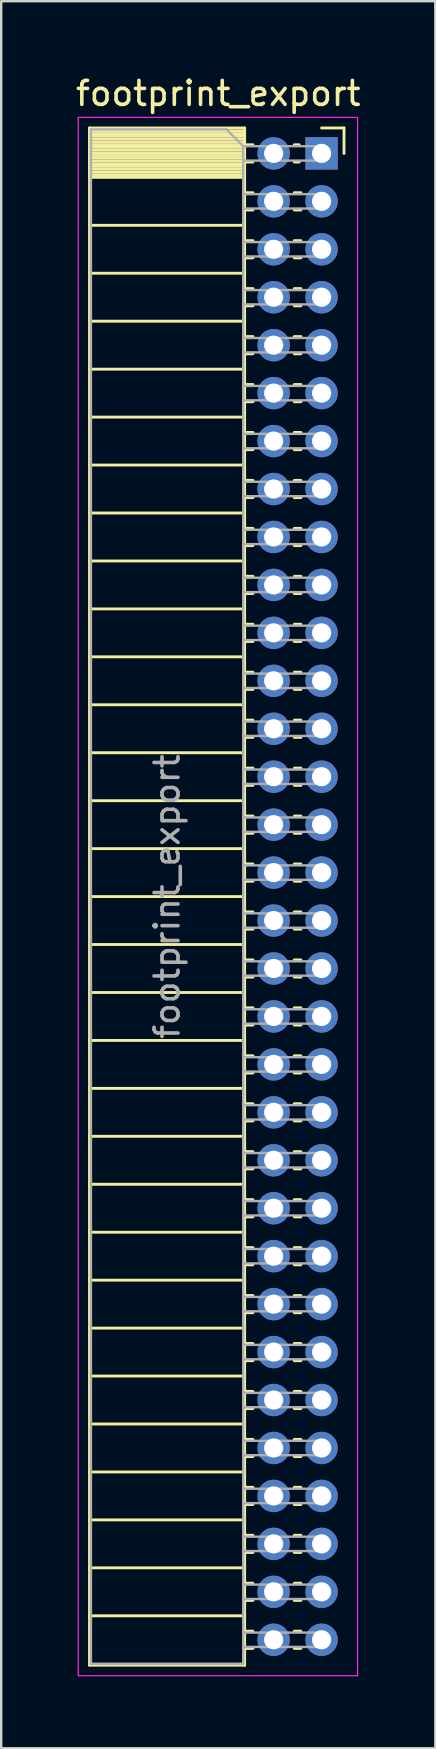
<source format=kicad_pcb>
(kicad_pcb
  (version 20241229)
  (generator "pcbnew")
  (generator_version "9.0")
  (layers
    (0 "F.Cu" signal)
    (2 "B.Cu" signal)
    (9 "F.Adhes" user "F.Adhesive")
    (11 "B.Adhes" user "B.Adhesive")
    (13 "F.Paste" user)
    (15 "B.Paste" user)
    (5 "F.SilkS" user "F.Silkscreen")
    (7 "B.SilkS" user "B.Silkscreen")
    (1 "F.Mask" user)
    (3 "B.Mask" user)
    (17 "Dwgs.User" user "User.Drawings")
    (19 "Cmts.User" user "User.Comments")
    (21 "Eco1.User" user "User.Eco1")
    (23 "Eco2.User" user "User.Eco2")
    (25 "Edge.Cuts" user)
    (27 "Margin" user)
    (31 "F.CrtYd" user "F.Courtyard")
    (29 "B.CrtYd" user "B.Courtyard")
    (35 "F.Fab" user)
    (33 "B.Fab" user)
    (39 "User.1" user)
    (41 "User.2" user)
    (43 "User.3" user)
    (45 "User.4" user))
  (footprint "footprint_export"
    (layer "F.Cu")
    (at 10.364 3.348)
    (property "Reference" "footprint_export" (at -4.31 -2.5 0) (layer "F.SilkS") (effects (font (size 1 1) (thickness 0.15))))
    (attr through_hole)
    (fp_line (start -9.68 -1.06) (end -9.68 63.06) (stroke (width 0.12) (type solid)) (layer "F.SilkS"))
    (fp_line (start -9.68 -1.06) (end -3.21 -1.06) (stroke (width 0.12) (type solid)) (layer "F.SilkS"))
    (fp_line (start -9.68 -0.94) (end -3.21 -0.94) (stroke (width 0.12) (type solid)) (layer "F.SilkS"))
    (fp_line (start -9.68 -0.826) (end -3.21 -0.826) (stroke (width 0.12) (type solid)) (layer "F.SilkS"))
    (fp_line (start -9.68 -0.712) (end -3.21 -0.712) (stroke (width 0.12) (type solid)) (layer "F.SilkS"))
    (fp_line (start -9.68 -0.598) (end -3.21 -0.598) (stroke (width 0.12) (type solid)) (layer "F.SilkS"))
    (fp_line (start -9.68 -0.484) (end -3.21 -0.484) (stroke (width 0.12) (type solid)) (layer "F.SilkS"))
    (fp_line (start -9.68 -0.369) (end -3.21 -0.369) (stroke (width 0.12) (type solid)) (layer "F.SilkS"))
    (fp_line (start -9.68 -0.255) (end -3.21 -0.255) (stroke (width 0.12) (type solid)) (layer "F.SilkS"))
    (fp_line (start -9.68 -0.141) (end -3.21 -0.141) (stroke (width 0.12) (type solid)) (layer "F.SilkS"))
    (fp_line (start -9.68 -0.027) (end -3.21 -0.027) (stroke (width 0.12) (type solid)) (layer "F.SilkS"))
    (fp_line (start -9.68 0.087) (end -3.21 0.087) (stroke (width 0.12) (type solid)) (layer "F.SilkS"))
    (fp_line (start -9.68 0.201) (end -3.21 0.201) (stroke (width 0.12) (type solid)) (layer "F.SilkS"))
    (fp_line (start -9.68 0.315) (end -3.21 0.315) (stroke (width 0.12) (type solid)) (layer "F.SilkS"))
    (fp_line (start -9.68 0.429) (end -3.21 0.429) (stroke (width 0.12) (type solid)) (layer "F.SilkS"))
    (fp_line (start -9.68 0.544) (end -3.21 0.544) (stroke (width 0.12) (type solid)) (layer "F.SilkS"))
    (fp_line (start -9.68 0.658) (end -3.21 0.658) (stroke (width 0.12) (type solid)) (layer "F.SilkS"))
    (fp_line (start -9.68 0.772) (end -3.21 0.772) (stroke (width 0.12) (type solid)) (layer "F.SilkS"))
    (fp_line (start -9.68 0.886) (end -3.21 0.886) (stroke (width 0.12) (type solid)) (layer "F.SilkS"))
    (fp_line (start -9.68 1) (end -3.21 1) (stroke (width 0.12) (type solid)) (layer "F.SilkS"))
    (fp_line (start -9.68 3) (end -3.21 3) (stroke (width 0.12) (type solid)) (layer "F.SilkS"))
    (fp_line (start -9.68 5) (end -3.21 5) (stroke (width 0.12) (type solid)) (layer "F.SilkS"))
    (fp_line (start -9.68 7) (end -3.21 7) (stroke (width 0.12) (type solid)) (layer "F.SilkS"))
    (fp_line (start -9.68 9) (end -3.21 9) (stroke (width 0.12) (type solid)) (layer "F.SilkS"))
    (fp_line (start -9.68 11) (end -3.21 11) (stroke (width 0.12) (type solid)) (layer "F.SilkS"))
    (fp_line (start -9.68 13) (end -3.21 13) (stroke (width 0.12) (type solid)) (layer "F.SilkS"))
    (fp_line (start -9.68 15) (end -3.21 15) (stroke (width 0.12) (type solid)) (layer "F.SilkS"))
    (fp_line (start -9.68 17) (end -3.21 17) (stroke (width 0.12) (type solid)) (layer "F.SilkS"))
    (fp_line (start -9.68 19) (end -3.21 19) (stroke (width 0.12) (type solid)) (layer "F.SilkS"))
    (fp_line (start -9.68 21) (end -3.21 21) (stroke (width 0.12) (type solid)) (layer "F.SilkS"))
    (fp_line (start -9.68 23) (end -3.21 23) (stroke (width 0.12) (type solid)) (layer "F.SilkS"))
    (fp_line (start -9.68 25) (end -3.21 25) (stroke (width 0.12) (type solid)) (layer "F.SilkS"))
    (fp_line (start -9.68 27) (end -3.21 27) (stroke (width 0.12) (type solid)) (layer "F.SilkS"))
    (fp_line (start -9.68 29) (end -3.21 29) (stroke (width 0.12) (type solid)) (layer "F.SilkS"))
    (fp_line (start -9.68 31) (end -3.21 31) (stroke (width 0.12) (type solid)) (layer "F.SilkS"))
    (fp_line (start -9.68 33) (end -3.21 33) (stroke (width 0.12) (type solid)) (layer "F.SilkS"))
    (fp_line (start -9.68 35) (end -3.21 35) (stroke (width 0.12) (type solid)) (layer "F.SilkS"))
    (fp_line (start -9.68 37) (end -3.21 37) (stroke (width 0.12) (type solid)) (layer "F.SilkS"))
    (fp_line (start -9.68 39) (end -3.21 39) (stroke (width 0.12) (type solid)) (layer "F.SilkS"))
    (fp_line (start -9.68 41) (end -3.21 41) (stroke (width 0.12) (type solid)) (layer "F.SilkS"))
    (fp_line (start -9.68 43) (end -3.21 43) (stroke (width 0.12) (type solid)) (layer "F.SilkS"))
    (fp_line (start -9.68 45) (end -3.21 45) (stroke (width 0.12) (type solid)) (layer "F.SilkS"))
    (fp_line (start -9.68 47) (end -3.21 47) (stroke (width 0.12) (type solid)) (layer "F.SilkS"))
    (fp_line (start -9.68 49) (end -3.21 49) (stroke (width 0.12) (type solid)) (layer "F.SilkS"))
    (fp_line (start -9.68 51) (end -3.21 51) (stroke (width 0.12) (type solid)) (layer "F.SilkS"))
    (fp_line (start -9.68 53) (end -3.21 53) (stroke (width 0.12) (type solid)) (layer "F.SilkS"))
    (fp_line (start -9.68 55) (end -3.21 55) (stroke (width 0.12) (type solid)) (layer "F.SilkS"))
    (fp_line (start -9.68 57) (end -3.21 57) (stroke (width 0.12) (type solid)) (layer "F.SilkS"))
    (fp_line (start -9.68 59) (end -3.21 59) (stroke (width 0.12) (type solid)) (layer "F.SilkS"))
    (fp_line (start -9.68 61) (end -3.21 61) (stroke (width 0.12) (type solid)) (layer "F.SilkS"))
    (fp_line (start -9.68 63.06) (end -3.21 63.06) (stroke (width 0.12) (type solid)) (layer "F.SilkS"))
    (fp_line (start -3.21 -1.06) (end -3.21 63.06) (stroke (width 0.12) (type solid)) (layer "F.SilkS"))
    (fp_line (start -3.21 -0.36) (end -2.863 -0.36) (stroke (width 0.12) (type solid)) (layer "F.SilkS"))
    (fp_line (start -3.21 0.36) (end -2.863 0.36) (stroke (width 0.12) (type solid)) (layer "F.SilkS"))
    (fp_line (start -3.21 1.64) (end -2.863 1.64) (stroke (width 0.12) (type solid)) (layer "F.SilkS"))
    (fp_line (start -3.21 2.36) (end -2.863 2.36) (stroke (width 0.12) (type solid)) (layer "F.SilkS"))
    (fp_line (start -3.21 3.64) (end -2.863 3.64) (stroke (width 0.12) (type solid)) (layer "F.SilkS"))
    (fp_line (start -3.21 4.36) (end -2.863 4.36) (stroke (width 0.12) (type solid)) (layer "F.SilkS"))
    (fp_line (start -3.21 5.64) (end -2.863 5.64) (stroke (width 0.12) (type solid)) (layer "F.SilkS"))
    (fp_line (start -3.21 6.36) (end -2.863 6.36) (stroke (width 0.12) (type solid)) (layer "F.SilkS"))
    (fp_line (start -3.21 7.64) (end -2.863 7.64) (stroke (width 0.12) (type solid)) (layer "F.SilkS"))
    (fp_line (start -3.21 8.36) (end -2.863 8.36) (stroke (width 0.12) (type solid)) (layer "F.SilkS"))
    (fp_line (start -3.21 9.64) (end -2.863 9.64) (stroke (width 0.12) (type solid)) (layer "F.SilkS"))
    (fp_line (start -3.21 10.36) (end -2.863 10.36) (stroke (width 0.12) (type solid)) (layer "F.SilkS"))
    (fp_line (start -3.21 11.64) (end -2.863 11.64) (stroke (width 0.12) (type solid)) (layer "F.SilkS"))
    (fp_line (start -3.21 12.36) (end -2.863 12.36) (stroke (width 0.12) (type solid)) (layer "F.SilkS"))
    (fp_line (start -3.21 13.64) (end -2.863 13.64) (stroke (width 0.12) (type solid)) (layer "F.SilkS"))
    (fp_line (start -3.21 14.36) (end -2.863 14.36) (stroke (width 0.12) (type solid)) (layer "F.SilkS"))
    (fp_line (start -3.21 15.64) (end -2.863 15.64) (stroke (width 0.12) (type solid)) (layer "F.SilkS"))
    (fp_line (start -3.21 16.36) (end -2.863 16.36) (stroke (width 0.12) (type solid)) (layer "F.SilkS"))
    (fp_line (start -3.21 17.64) (end -2.863 17.64) (stroke (width 0.12) (type solid)) (layer "F.SilkS"))
    (fp_line (start -3.21 18.36) (end -2.863 18.36) (stroke (width 0.12) (type solid)) (layer "F.SilkS"))
    (fp_line (start -3.21 19.64) (end -2.863 19.64) (stroke (width 0.12) (type solid)) (layer "F.SilkS"))
    (fp_line (start -3.21 20.36) (end -2.863 20.36) (stroke (width 0.12) (type solid)) (layer "F.SilkS"))
    (fp_line (start -3.21 21.64) (end -2.863 21.64) (stroke (width 0.12) (type solid)) (layer "F.SilkS"))
    (fp_line (start -3.21 22.36) (end -2.863 22.36) (stroke (width 0.12) (type solid)) (layer "F.SilkS"))
    (fp_line (start -3.21 23.64) (end -2.863 23.64) (stroke (width 0.12) (type solid)) (layer "F.SilkS"))
    (fp_line (start -3.21 24.36) (end -2.863 24.36) (stroke (width 0.12) (type solid)) (layer "F.SilkS"))
    (fp_line (start -3.21 25.64) (end -2.863 25.64) (stroke (width 0.12) (type solid)) (layer "F.SilkS"))
    (fp_line (start -3.21 26.36) (end -2.863 26.36) (stroke (width 0.12) (type solid)) (layer "F.SilkS"))
    (fp_line (start -3.21 27.64) (end -2.863 27.64) (stroke (width 0.12) (type solid)) (layer "F.SilkS"))
    (fp_line (start -3.21 28.36) (end -2.863 28.36) (stroke (width 0.12) (type solid)) (layer "F.SilkS"))
    (fp_line (start -3.21 29.64) (end -2.863 29.64) (stroke (width 0.12) (type solid)) (layer "F.SilkS"))
    (fp_line (start -3.21 30.36) (end -2.863 30.36) (stroke (width 0.12) (type solid)) (layer "F.SilkS"))
    (fp_line (start -3.21 31.64) (end -2.863 31.64) (stroke (width 0.12) (type solid)) (layer "F.SilkS"))
    (fp_line (start -3.21 32.36) (end -2.863 32.36) (stroke (width 0.12) (type solid)) (layer "F.SilkS"))
    (fp_line (start -3.21 33.64) (end -2.863 33.64) (stroke (width 0.12) (type solid)) (layer "F.SilkS"))
    (fp_line (start -3.21 34.36) (end -2.863 34.36) (stroke (width 0.12) (type solid)) (layer "F.SilkS"))
    (fp_line (start -3.21 35.64) (end -2.863 35.64) (stroke (width 0.12) (type solid)) (layer "F.SilkS"))
    (fp_line (start -3.21 36.36) (end -2.863 36.36) (stroke (width 0.12) (type solid)) (layer "F.SilkS"))
    (fp_line (start -3.21 37.64) (end -2.863 37.64) (stroke (width 0.12) (type solid)) (layer "F.SilkS"))
    (fp_line (start -3.21 38.36) (end -2.863 38.36) (stroke (width 0.12) (type solid)) (layer "F.SilkS"))
    (fp_line (start -3.21 39.64) (end -2.863 39.64) (stroke (width 0.12) (type solid)) (layer "F.SilkS"))
    (fp_line (start -3.21 40.36) (end -2.863 40.36) (stroke (width 0.12) (type solid)) (layer "F.SilkS"))
    (fp_line (start -3.21 41.64) (end -2.863 41.64) (stroke (width 0.12) (type solid)) (layer "F.SilkS"))
    (fp_line (start -3.21 42.36) (end -2.863 42.36) (stroke (width 0.12) (type solid)) (layer "F.SilkS"))
    (fp_line (start -3.21 43.64) (end -2.863 43.64) (stroke (width 0.12) (type solid)) (layer "F.SilkS"))
    (fp_line (start -3.21 44.36) (end -2.863 44.36) (stroke (width 0.12) (type solid)) (layer "F.SilkS"))
    (fp_line (start -3.21 45.64) (end -2.863 45.64) (stroke (width 0.12) (type solid)) (layer "F.SilkS"))
    (fp_line (start -3.21 46.36) (end -2.863 46.36) (stroke (width 0.12) (type solid)) (layer "F.SilkS"))
    (fp_line (start -3.21 47.64) (end -2.863 47.64) (stroke (width 0.12) (type solid)) (layer "F.SilkS"))
    (fp_line (start -3.21 48.36) (end -2.863 48.36) (stroke (width 0.12) (type solid)) (layer "F.SilkS"))
    (fp_line (start -3.21 49.64) (end -2.863 49.64) (stroke (width 0.12) (type solid)) (layer "F.SilkS"))
    (fp_line (start -3.21 50.36) (end -2.863 50.36) (stroke (width 0.12) (type solid)) (layer "F.SilkS"))
    (fp_line (start -3.21 51.64) (end -2.863 51.64) (stroke (width 0.12) (type solid)) (layer "F.SilkS"))
    (fp_line (start -3.21 52.36) (end -2.863 52.36) (stroke (width 0.12) (type solid)) (layer "F.SilkS"))
    (fp_line (start -3.21 53.64) (end -2.863 53.64) (stroke (width 0.12) (type solid)) (layer "F.SilkS"))
    (fp_line (start -3.21 54.36) (end -2.863 54.36) (stroke (width 0.12) (type solid)) (layer "F.SilkS"))
    (fp_line (start -3.21 55.64) (end -2.863 55.64) (stroke (width 0.12) (type solid)) (layer "F.SilkS"))
    (fp_line (start -3.21 56.36) (end -2.863 56.36) (stroke (width 0.12) (type solid)) (layer "F.SilkS"))
    (fp_line (start -3.21 57.64) (end -2.863 57.64) (stroke (width 0.12) (type solid)) (layer "F.SilkS"))
    (fp_line (start -3.21 58.36) (end -2.863 58.36) (stroke (width 0.12) (type solid)) (layer "F.SilkS"))
    (fp_line (start -3.21 59.64) (end -2.863 59.64) (stroke (width 0.12) (type solid)) (layer "F.SilkS"))
    (fp_line (start -3.21 60.36) (end -2.863 60.36) (stroke (width 0.12) (type solid)) (layer "F.SilkS"))
    (fp_line (start -3.21 61.64) (end -2.863 61.64) (stroke (width 0.12) (type solid)) (layer "F.SilkS"))
    (fp_line (start -3.21 62.36) (end -2.863 62.36) (stroke (width 0.12) (type solid)) (layer "F.SilkS"))
    (fp_line (start -1.137 -0.36) (end -0.935 -0.36) (stroke (width 0.12) (type solid)) (layer "F.SilkS"))
    (fp_line (start -1.137 0.36) (end -0.935 0.36) (stroke (width 0.12) (type solid)) (layer "F.SilkS"))
    (fp_line (start -1.137 1.64) (end -0.863 1.64) (stroke (width 0.12) (type solid)) (layer "F.SilkS"))
    (fp_line (start -1.137 2.36) (end -0.863 2.36) (stroke (width 0.12) (type solid)) (layer "F.SilkS"))
    (fp_line (start -1.137 3.64) (end -0.863 3.64) (stroke (width 0.12) (type solid)) (layer "F.SilkS"))
    (fp_line (start -1.137 4.36) (end -0.863 4.36) (stroke (width 0.12) (type solid)) (layer "F.SilkS"))
    (fp_line (start -1.137 5.64) (end -0.863 5.64) (stroke (width 0.12) (type solid)) (layer "F.SilkS"))
    (fp_line (start -1.137 6.36) (end -0.863 6.36) (stroke (width 0.12) (type solid)) (layer "F.SilkS"))
    (fp_line (start -1.137 7.64) (end -0.863 7.64) (stroke (width 0.12) (type solid)) (layer "F.SilkS"))
    (fp_line (start -1.137 8.36) (end -0.863 8.36) (stroke (width 0.12) (type solid)) (layer "F.SilkS"))
    (fp_line (start -1.137 9.64) (end -0.863 9.64) (stroke (width 0.12) (type solid)) (layer "F.SilkS"))
    (fp_line (start -1.137 10.36) (end -0.863 10.36) (stroke (width 0.12) (type solid)) (layer "F.SilkS"))
    (fp_line (start -1.137 11.64) (end -0.863 11.64) (stroke (width 0.12) (type solid)) (layer "F.SilkS"))
    (fp_line (start -1.137 12.36) (end -0.863 12.36) (stroke (width 0.12) (type solid)) (layer "F.SilkS"))
    (fp_line (start -1.137 13.64) (end -0.863 13.64) (stroke (width 0.12) (type solid)) (layer "F.SilkS"))
    (fp_line (start -1.137 14.36) (end -0.863 14.36) (stroke (width 0.12) (type solid)) (layer "F.SilkS"))
    (fp_line (start -1.137 15.64) (end -0.863 15.64) (stroke (width 0.12) (type solid)) (layer "F.SilkS"))
    (fp_line (start -1.137 16.36) (end -0.863 16.36) (stroke (width 0.12) (type solid)) (layer "F.SilkS"))
    (fp_line (start -1.137 17.64) (end -0.863 17.64) (stroke (width 0.12) (type solid)) (layer "F.SilkS"))
    (fp_line (start -1.137 18.36) (end -0.863 18.36) (stroke (width 0.12) (type solid)) (layer "F.SilkS"))
    (fp_line (start -1.137 19.64) (end -0.863 19.64) (stroke (width 0.12) (type solid)) (layer "F.SilkS"))
    (fp_line (start -1.137 20.36) (end -0.863 20.36) (stroke (width 0.12) (type solid)) (layer "F.SilkS"))
    (fp_line (start -1.137 21.64) (end -0.863 21.64) (stroke (width 0.12) (type solid)) (layer "F.SilkS"))
    (fp_line (start -1.137 22.36) (end -0.863 22.36) (stroke (width 0.12) (type solid)) (layer "F.SilkS"))
    (fp_line (start -1.137 23.64) (end -0.863 23.64) (stroke (width 0.12) (type solid)) (layer "F.SilkS"))
    (fp_line (start -1.137 24.36) (end -0.863 24.36) (stroke (width 0.12) (type solid)) (layer "F.SilkS"))
    (fp_line (start -1.137 25.64) (end -0.863 25.64) (stroke (width 0.12) (type solid)) (layer "F.SilkS"))
    (fp_line (start -1.137 26.36) (end -0.863 26.36) (stroke (width 0.12) (type solid)) (layer "F.SilkS"))
    (fp_line (start -1.137 27.64) (end -0.863 27.64) (stroke (width 0.12) (type solid)) (layer "F.SilkS"))
    (fp_line (start -1.137 28.36) (end -0.863 28.36) (stroke (width 0.12) (type solid)) (layer "F.SilkS"))
    (fp_line (start -1.137 29.64) (end -0.863 29.64) (stroke (width 0.12) (type solid)) (layer "F.SilkS"))
    (fp_line (start -1.137 30.36) (end -0.863 30.36) (stroke (width 0.12) (type solid)) (layer "F.SilkS"))
    (fp_line (start -1.137 31.64) (end -0.863 31.64) (stroke (width 0.12) (type solid)) (layer "F.SilkS"))
    (fp_line (start -1.137 32.36) (end -0.863 32.36) (stroke (width 0.12) (type solid)) (layer "F.SilkS"))
    (fp_line (start -1.137 33.64) (end -0.863 33.64) (stroke (width 0.12) (type solid)) (layer "F.SilkS"))
    (fp_line (start -1.137 34.36) (end -0.863 34.36) (stroke (width 0.12) (type solid)) (layer "F.SilkS"))
    (fp_line (start -1.137 35.64) (end -0.863 35.64) (stroke (width 0.12) (type solid)) (layer "F.SilkS"))
    (fp_line (start -1.137 36.36) (end -0.863 36.36) (stroke (width 0.12) (type solid)) (layer "F.SilkS"))
    (fp_line (start -1.137 37.64) (end -0.863 37.64) (stroke (width 0.12) (type solid)) (layer "F.SilkS"))
    (fp_line (start -1.137 38.36) (end -0.863 38.36) (stroke (width 0.12) (type solid)) (layer "F.SilkS"))
    (fp_line (start -1.137 39.64) (end -0.863 39.64) (stroke (width 0.12) (type solid)) (layer "F.SilkS"))
    (fp_line (start -1.137 40.36) (end -0.863 40.36) (stroke (width 0.12) (type solid)) (layer "F.SilkS"))
    (fp_line (start -1.137 41.64) (end -0.863 41.64) (stroke (width 0.12) (type solid)) (layer "F.SilkS"))
    (fp_line (start -1.137 42.36) (end -0.863 42.36) (stroke (width 0.12) (type solid)) (layer "F.SilkS"))
    (fp_line (start -1.137 43.64) (end -0.863 43.64) (stroke (width 0.12) (type solid)) (layer "F.SilkS"))
    (fp_line (start -1.137 44.36) (end -0.863 44.36) (stroke (width 0.12) (type solid)) (layer "F.SilkS"))
    (fp_line (start -1.137 45.64) (end -0.863 45.64) (stroke (width 0.12) (type solid)) (layer "F.SilkS"))
    (fp_line (start -1.137 46.36) (end -0.863 46.36) (stroke (width 0.12) (type solid)) (layer "F.SilkS"))
    (fp_line (start -1.137 47.64) (end -0.863 47.64) (stroke (width 0.12) (type solid)) (layer "F.SilkS"))
    (fp_line (start -1.137 48.36) (end -0.863 48.36) (stroke (width 0.12) (type solid)) (layer "F.SilkS"))
    (fp_line (start -1.137 49.64) (end -0.863 49.64) (stroke (width 0.12) (type solid)) (layer "F.SilkS"))
    (fp_line (start -1.137 50.36) (end -0.863 50.36) (stroke (width 0.12) (type solid)) (layer "F.SilkS"))
    (fp_line (start -1.137 51.64) (end -0.863 51.64) (stroke (width 0.12) (type solid)) (layer "F.SilkS"))
    (fp_line (start -1.137 52.36) (end -0.863 52.36) (stroke (width 0.12) (type solid)) (layer "F.SilkS"))
    (fp_line (start -1.137 53.64) (end -0.863 53.64) (stroke (width 0.12) (type solid)) (layer "F.SilkS"))
    (fp_line (start -1.137 54.36) (end -0.863 54.36) (stroke (width 0.12) (type solid)) (layer "F.SilkS"))
    (fp_line (start -1.137 55.64) (end -0.863 55.64) (stroke (width 0.12) (type solid)) (layer "F.SilkS"))
    (fp_line (start -1.137 56.36) (end -0.863 56.36) (stroke (width 0.12) (type solid)) (layer "F.SilkS"))
    (fp_line (start -1.137 57.64) (end -0.863 57.64) (stroke (width 0.12) (type solid)) (layer "F.SilkS"))
    (fp_line (start -1.137 58.36) (end -0.863 58.36) (stroke (width 0.12) (type solid)) (layer "F.SilkS"))
    (fp_line (start -1.137 59.64) (end -0.863 59.64) (stroke (width 0.12) (type solid)) (layer "F.SilkS"))
    (fp_line (start -1.137 60.36) (end -0.863 60.36) (stroke (width 0.12) (type solid)) (layer "F.SilkS"))
    (fp_line (start -1.137 61.64) (end -0.863 61.64) (stroke (width 0.12) (type solid)) (layer "F.SilkS"))
    (fp_line (start -1.137 62.36) (end -0.863 62.36) (stroke (width 0.12) (type solid)) (layer "F.SilkS"))
    (fp_line (start 0 -1.06) (end 0.935 -1.06) (stroke (width 0.12) (type solid)) (layer "F.SilkS"))
    (fp_line (start 0.935 -1.06) (end 0.935 0) (stroke (width 0.12) (type solid)) (layer "F.SilkS"))
    (fp_line (start -10.15 -1.5) (end -10.15 63.5) (stroke (width 0.05) (type solid)) (layer "F.CrtYd"))
    (fp_line (start -10.15 63.5) (end 1.5 63.5) (stroke (width 0.05) (type solid)) (layer "F.CrtYd"))
    (fp_line (start 1.5 -1.5) (end -10.15 -1.5) (stroke (width 0.05) (type solid)) (layer "F.CrtYd"))
    (fp_line (start 1.5 63.5) (end 1.5 -1.5) (stroke (width 0.05) (type solid)) (layer "F.CrtYd"))
    (fp_line (start -9.62 -1) (end -3.97 -1) (stroke (width 0.1) (type solid)) (layer "F.Fab"))
    (fp_line (start -9.62 63) (end -9.62 -1) (stroke (width 0.1) (type solid)) (layer "F.Fab"))
    (fp_line (start -3.97 -1) (end -3.27 -0.3) (stroke (width 0.1) (type solid)) (layer "F.Fab"))
    (fp_line (start -3.27 -0.3) (end -3.27 63) (stroke (width 0.1) (type solid)) (layer "F.Fab"))
    (fp_line (start -3.27 0.3) (end 0 0.3) (stroke (width 0.1) (type solid)) (layer "F.Fab"))
    (fp_line (start -3.27 2.3) (end 0 2.3) (stroke (width 0.1) (type solid)) (layer "F.Fab"))
    (fp_line (start -3.27 4.3) (end 0 4.3) (stroke (width 0.1) (type solid)) (layer "F.Fab"))
    (fp_line (start -3.27 6.3) (end 0 6.3) (stroke (width 0.1) (type solid)) (layer "F.Fab"))
    (fp_line (start -3.27 8.3) (end 0 8.3) (stroke (width 0.1) (type solid)) (layer "F.Fab"))
    (fp_line (start -3.27 10.3) (end 0 10.3) (stroke (width 0.1) (type solid)) (layer "F.Fab"))
    (fp_line (start -3.27 12.3) (end 0 12.3) (stroke (width 0.1) (type solid)) (layer "F.Fab"))
    (fp_line (start -3.27 14.3) (end 0 14.3) (stroke (width 0.1) (type solid)) (layer "F.Fab"))
    (fp_line (start -3.27 16.3) (end 0 16.3) (stroke (width 0.1) (type solid)) (layer "F.Fab"))
    (fp_line (start -3.27 18.3) (end 0 18.3) (stroke (width 0.1) (type solid)) (layer "F.Fab"))
    (fp_line (start -3.27 20.3) (end 0 20.3) (stroke (width 0.1) (type solid)) (layer "F.Fab"))
    (fp_line (start -3.27 22.3) (end 0 22.3) (stroke (width 0.1) (type solid)) (layer "F.Fab"))
    (fp_line (start -3.27 24.3) (end 0 24.3) (stroke (width 0.1) (type solid)) (layer "F.Fab"))
    (fp_line (start -3.27 26.3) (end 0 26.3) (stroke (width 0.1) (type solid)) (layer "F.Fab"))
    (fp_line (start -3.27 28.3) (end 0 28.3) (stroke (width 0.1) (type solid)) (layer "F.Fab"))
    (fp_line (start -3.27 30.3) (end 0 30.3) (stroke (width 0.1) (type solid)) (layer "F.Fab"))
    (fp_line (start -3.27 32.3) (end 0 32.3) (stroke (width 0.1) (type solid)) (layer "F.Fab"))
    (fp_line (start -3.27 34.3) (end 0 34.3) (stroke (width 0.1) (type solid)) (layer "F.Fab"))
    (fp_line (start -3.27 36.3) (end 0 36.3) (stroke (width 0.1) (type solid)) (layer "F.Fab"))
    (fp_line (start -3.27 38.3) (end 0 38.3) (stroke (width 0.1) (type solid)) (layer "F.Fab"))
    (fp_line (start -3.27 40.3) (end 0 40.3) (stroke (width 0.1) (type solid)) (layer "F.Fab"))
    (fp_line (start -3.27 42.3) (end 0 42.3) (stroke (width 0.1) (type solid)) (layer "F.Fab"))
    (fp_line (start -3.27 44.3) (end 0 44.3) (stroke (width 0.1) (type solid)) (layer "F.Fab"))
    (fp_line (start -3.27 46.3) (end 0 46.3) (stroke (width 0.1) (type solid)) (layer "F.Fab"))
    (fp_line (start -3.27 48.3) (end 0 48.3) (stroke (width 0.1) (type solid)) (layer "F.Fab"))
    (fp_line (start -3.27 50.3) (end 0 50.3) (stroke (width 0.1) (type solid)) (layer "F.Fab"))
    (fp_line (start -3.27 52.3) (end 0 52.3) (stroke (width 0.1) (type solid)) (layer "F.Fab"))
    (fp_line (start -3.27 54.3) (end 0 54.3) (stroke (width 0.1) (type solid)) (layer "F.Fab"))
    (fp_line (start -3.27 56.3) (end 0 56.3) (stroke (width 0.1) (type solid)) (layer "F.Fab"))
    (fp_line (start -3.27 58.3) (end 0 58.3) (stroke (width 0.1) (type solid)) (layer "F.Fab"))
    (fp_line (start -3.27 60.3) (end 0 60.3) (stroke (width 0.1) (type solid)) (layer "F.Fab"))
    (fp_line (start -3.27 62.3) (end 0 62.3) (stroke (width 0.1) (type solid)) (layer "F.Fab"))
    (fp_line (start -3.27 63) (end -9.62 63) (stroke (width 0.1) (type solid)) (layer "F.Fab"))
    (fp_line (start 0 -0.3) (end -3.27 -0.3) (stroke (width 0.1) (type solid)) (layer "F.Fab"))
    (fp_line (start 0 0.3) (end 0 -0.3) (stroke (width 0.1) (type solid)) (layer "F.Fab"))
    (fp_line (start 0 1.7) (end -3.27 1.7) (stroke (width 0.1) (type solid)) (layer "F.Fab"))
    (fp_line (start 0 2.3) (end 0 1.7) (stroke (width 0.1) (type solid)) (layer "F.Fab"))
    (fp_line (start 0 3.7) (end -3.27 3.7) (stroke (width 0.1) (type solid)) (layer "F.Fab"))
    (fp_line (start 0 4.3) (end 0 3.7) (stroke (width 0.1) (type solid)) (layer "F.Fab"))
    (fp_line (start 0 5.7) (end -3.27 5.7) (stroke (width 0.1) (type solid)) (layer "F.Fab"))
    (fp_line (start 0 6.3) (end 0 5.7) (stroke (width 0.1) (type solid)) (layer "F.Fab"))
    (fp_line (start 0 7.7) (end -3.27 7.7) (stroke (width 0.1) (type solid)) (layer "F.Fab"))
    (fp_line (start 0 8.3) (end 0 7.7) (stroke (width 0.1) (type solid)) (layer "F.Fab"))
    (fp_line (start 0 9.7) (end -3.27 9.7) (stroke (width 0.1) (type solid)) (layer "F.Fab"))
    (fp_line (start 0 10.3) (end 0 9.7) (stroke (width 0.1) (type solid)) (layer "F.Fab"))
    (fp_line (start 0 11.7) (end -3.27 11.7) (stroke (width 0.1) (type solid)) (layer "F.Fab"))
    (fp_line (start 0 12.3) (end 0 11.7) (stroke (width 0.1) (type solid)) (layer "F.Fab"))
    (fp_line (start 0 13.7) (end -3.27 13.7) (stroke (width 0.1) (type solid)) (layer "F.Fab"))
    (fp_line (start 0 14.3) (end 0 13.7) (stroke (width 0.1) (type solid)) (layer "F.Fab"))
    (fp_line (start 0 15.7) (end -3.27 15.7) (stroke (width 0.1) (type solid)) (layer "F.Fab"))
    (fp_line (start 0 16.3) (end 0 15.7) (stroke (width 0.1) (type solid)) (layer "F.Fab"))
    (fp_line (start 0 17.7) (end -3.27 17.7) (stroke (width 0.1) (type solid)) (layer "F.Fab"))
    (fp_line (start 0 18.3) (end 0 17.7) (stroke (width 0.1) (type solid)) (layer "F.Fab"))
    (fp_line (start 0 19.7) (end -3.27 19.7) (stroke (width 0.1) (type solid)) (layer "F.Fab"))
    (fp_line (start 0 20.3) (end 0 19.7) (stroke (width 0.1) (type solid)) (layer "F.Fab"))
    (fp_line (start 0 21.7) (end -3.27 21.7) (stroke (width 0.1) (type solid)) (layer "F.Fab"))
    (fp_line (start 0 22.3) (end 0 21.7) (stroke (width 0.1) (type solid)) (layer "F.Fab"))
    (fp_line (start 0 23.7) (end -3.27 23.7) (stroke (width 0.1) (type solid)) (layer "F.Fab"))
    (fp_line (start 0 24.3) (end 0 23.7) (stroke (width 0.1) (type solid)) (layer "F.Fab"))
    (fp_line (start 0 25.7) (end -3.27 25.7) (stroke (width 0.1) (type solid)) (layer "F.Fab"))
    (fp_line (start 0 26.3) (end 0 25.7) (stroke (width 0.1) (type solid)) (layer "F.Fab"))
    (fp_line (start 0 27.7) (end -3.27 27.7) (stroke (width 0.1) (type solid)) (layer "F.Fab"))
    (fp_line (start 0 28.3) (end 0 27.7) (stroke (width 0.1) (type solid)) (layer "F.Fab"))
    (fp_line (start 0 29.7) (end -3.27 29.7) (stroke (width 0.1) (type solid)) (layer "F.Fab"))
    (fp_line (start 0 30.3) (end 0 29.7) (stroke (width 0.1) (type solid)) (layer "F.Fab"))
    (fp_line (start 0 31.7) (end -3.27 31.7) (stroke (width 0.1) (type solid)) (layer "F.Fab"))
    (fp_line (start 0 32.3) (end 0 31.7) (stroke (width 0.1) (type solid)) (layer "F.Fab"))
    (fp_line (start 0 33.7) (end -3.27 33.7) (stroke (width 0.1) (type solid)) (layer "F.Fab"))
    (fp_line (start 0 34.3) (end 0 33.7) (stroke (width 0.1) (type solid)) (layer "F.Fab"))
    (fp_line (start 0 35.7) (end -3.27 35.7) (stroke (width 0.1) (type solid)) (layer "F.Fab"))
    (fp_line (start 0 36.3) (end 0 35.7) (stroke (width 0.1) (type solid)) (layer "F.Fab"))
    (fp_line (start 0 37.7) (end -3.27 37.7) (stroke (width 0.1) (type solid)) (layer "F.Fab"))
    (fp_line (start 0 38.3) (end 0 37.7) (stroke (width 0.1) (type solid)) (layer "F.Fab"))
    (fp_line (start 0 39.7) (end -3.27 39.7) (stroke (width 0.1) (type solid)) (layer "F.Fab"))
    (fp_line (start 0 40.3) (end 0 39.7) (stroke (width 0.1) (type solid)) (layer "F.Fab"))
    (fp_line (start 0 41.7) (end -3.27 41.7) (stroke (width 0.1) (type solid)) (layer "F.Fab"))
    (fp_line (start 0 42.3) (end 0 41.7) (stroke (width 0.1) (type solid)) (layer "F.Fab"))
    (fp_line (start 0 43.7) (end -3.27 43.7) (stroke (width 0.1) (type solid)) (layer "F.Fab"))
    (fp_line (start 0 44.3) (end 0 43.7) (stroke (width 0.1) (type solid)) (layer "F.Fab"))
    (fp_line (start 0 45.7) (end -3.27 45.7) (stroke (width 0.1) (type solid)) (layer "F.Fab"))
    (fp_line (start 0 46.3) (end 0 45.7) (stroke (width 0.1) (type solid)) (layer "F.Fab"))
    (fp_line (start 0 47.7) (end -3.27 47.7) (stroke (width 0.1) (type solid)) (layer "F.Fab"))
    (fp_line (start 0 48.3) (end 0 47.7) (stroke (width 0.1) (type solid)) (layer "F.Fab"))
    (fp_line (start 0 49.7) (end -3.27 49.7) (stroke (width 0.1) (type solid)) (layer "F.Fab"))
    (fp_line (start 0 50.3) (end 0 49.7) (stroke (width 0.1) (type solid)) (layer "F.Fab"))
    (fp_line (start 0 51.7) (end -3.27 51.7) (stroke (width 0.1) (type solid)) (layer "F.Fab"))
    (fp_line (start 0 52.3) (end 0 51.7) (stroke (width 0.1) (type solid)) (layer "F.Fab"))
    (fp_line (start 0 53.7) (end -3.27 53.7) (stroke (width 0.1) (type solid)) (layer "F.Fab"))
    (fp_line (start 0 54.3) (end 0 53.7) (stroke (width 0.1) (type solid)) (layer "F.Fab"))
    (fp_line (start 0 55.7) (end -3.27 55.7) (stroke (width 0.1) (type solid)) (layer "F.Fab"))
    (fp_line (start 0 56.3) (end 0 55.7) (stroke (width 0.1) (type solid)) (layer "F.Fab"))
    (fp_line (start 0 57.7) (end -3.27 57.7) (stroke (width 0.1) (type solid)) (layer "F.Fab"))
    (fp_line (start 0 58.3) (end 0 57.7) (stroke (width 0.1) (type solid)) (layer "F.Fab"))
    (fp_line (start 0 59.7) (end -3.27 59.7) (stroke (width 0.1) (type solid)) (layer "F.Fab"))
    (fp_line (start 0 60.3) (end 0 59.7) (stroke (width 0.1) (type solid)) (layer "F.Fab"))
    (fp_line (start 0 61.7) (end -3.27 61.7) (stroke (width 0.1) (type solid)) (layer "F.Fab"))
    (fp_line (start 0 62.3) (end 0 61.7) (stroke (width 0.1) (type solid)) (layer "F.Fab"))
    (fp_text user "${REFERENCE}" (at -6.445 31 90) (layer "F.Fab") (effects (font (size 1 1) (thickness 0.15))))
    (pad "1" thru_hole rect (at 0 0) (size 1.35 1.35) (drill 0.8) (layers "*.Cu" "*.Mask"))
    (pad "2" thru_hole oval (at -2 0) (size 1.35 1.35) (drill 0.8) (layers "*.Cu" "*.Mask"))
    (pad "3" thru_hole oval (at 0 2) (size 1.35 1.35) (drill 0.8) (layers "*.Cu" "*.Mask"))
    (pad "4" thru_hole oval (at -2 2) (size 1.35 1.35) (drill 0.8) (layers "*.Cu" "*.Mask"))
    (pad "5" thru_hole oval (at 0 4) (size 1.35 1.35) (drill 0.8) (layers "*.Cu" "*.Mask"))
    (pad "6" thru_hole oval (at -2 4) (size 1.35 1.35) (drill 0.8) (layers "*.Cu" "*.Mask"))
    (pad "7" thru_hole oval (at 0 6) (size 1.35 1.35) (drill 0.8) (layers "*.Cu" "*.Mask"))
    (pad "8" thru_hole oval (at -2 6) (size 1.35 1.35) (drill 0.8) (layers "*.Cu" "*.Mask"))
    (pad "9" thru_hole oval (at 0 8) (size 1.35 1.35) (drill 0.8) (layers "*.Cu" "*.Mask"))
    (pad "10" thru_hole oval (at -2 8) (size 1.35 1.35) (drill 0.8) (layers "*.Cu" "*.Mask"))
    (pad "11" thru_hole oval (at 0 10) (size 1.35 1.35) (drill 0.8) (layers "*.Cu" "*.Mask"))
    (pad "12" thru_hole oval (at -2 10) (size 1.35 1.35) (drill 0.8) (layers "*.Cu" "*.Mask"))
    (pad "13" thru_hole oval (at 0 12) (size 1.35 1.35) (drill 0.8) (layers "*.Cu" "*.Mask"))
    (pad "14" thru_hole oval (at -2 12) (size 1.35 1.35) (drill 0.8) (layers "*.Cu" "*.Mask"))
    (pad "15" thru_hole oval (at 0 14) (size 1.35 1.35) (drill 0.8) (layers "*.Cu" "*.Mask"))
    (pad "16" thru_hole oval (at -2 14) (size 1.35 1.35) (drill 0.8) (layers "*.Cu" "*.Mask"))
    (pad "17" thru_hole oval (at 0 16) (size 1.35 1.35) (drill 0.8) (layers "*.Cu" "*.Mask"))
    (pad "18" thru_hole oval (at -2 16) (size 1.35 1.35) (drill 0.8) (layers "*.Cu" "*.Mask"))
    (pad "19" thru_hole oval (at 0 18) (size 1.35 1.35) (drill 0.8) (layers "*.Cu" "*.Mask"))
    (pad "20" thru_hole oval (at -2 18) (size 1.35 1.35) (drill 0.8) (layers "*.Cu" "*.Mask"))
    (pad "21" thru_hole oval (at 0 20) (size 1.35 1.35) (drill 0.8) (layers "*.Cu" "*.Mask"))
    (pad "22" thru_hole oval (at -2 20) (size 1.35 1.35) (drill 0.8) (layers "*.Cu" "*.Mask"))
    (pad "23" thru_hole oval (at 0 22) (size 1.35 1.35) (drill 0.8) (layers "*.Cu" "*.Mask"))
    (pad "24" thru_hole oval (at -2 22) (size 1.35 1.35) (drill 0.8) (layers "*.Cu" "*.Mask"))
    (pad "25" thru_hole oval (at 0 24) (size 1.35 1.35) (drill 0.8) (layers "*.Cu" "*.Mask"))
    (pad "26" thru_hole oval (at -2 24) (size 1.35 1.35) (drill 0.8) (layers "*.Cu" "*.Mask"))
    (pad "27" thru_hole oval (at 0 26) (size 1.35 1.35) (drill 0.8) (layers "*.Cu" "*.Mask"))
    (pad "28" thru_hole oval (at -2 26) (size 1.35 1.35) (drill 0.8) (layers "*.Cu" "*.Mask"))
    (pad "29" thru_hole oval (at 0 28) (size 1.35 1.35) (drill 0.8) (layers "*.Cu" "*.Mask"))
    (pad "30" thru_hole oval (at -2 28) (size 1.35 1.35) (drill 0.8) (layers "*.Cu" "*.Mask"))
    (pad "31" thru_hole oval (at 0 30) (size 1.35 1.35) (drill 0.8) (layers "*.Cu" "*.Mask"))
    (pad "32" thru_hole oval (at -2 30) (size 1.35 1.35) (drill 0.8) (layers "*.Cu" "*.Mask"))
    (pad "33" thru_hole oval (at 0 32) (size 1.35 1.35) (drill 0.8) (layers "*.Cu" "*.Mask"))
    (pad "34" thru_hole oval (at -2 32) (size 1.35 1.35) (drill 0.8) (layers "*.Cu" "*.Mask"))
    (pad "35" thru_hole oval (at 0 34) (size 1.35 1.35) (drill 0.8) (layers "*.Cu" "*.Mask"))
    (pad "36" thru_hole oval (at -2 34) (size 1.35 1.35) (drill 0.8) (layers "*.Cu" "*.Mask"))
    (pad "37" thru_hole oval (at 0 36) (size 1.35 1.35) (drill 0.8) (layers "*.Cu" "*.Mask"))
    (pad "38" thru_hole oval (at -2 36) (size 1.35 1.35) (drill 0.8) (layers "*.Cu" "*.Mask"))
    (pad "39" thru_hole oval (at 0 38) (size 1.35 1.35) (drill 0.8) (layers "*.Cu" "*.Mask"))
    (pad "40" thru_hole oval (at -2 38) (size 1.35 1.35) (drill 0.8) (layers "*.Cu" "*.Mask"))
    (pad "41" thru_hole oval (at 0 40) (size 1.35 1.35) (drill 0.8) (layers "*.Cu" "*.Mask"))
    (pad "42" thru_hole oval (at -2 40) (size 1.35 1.35) (drill 0.8) (layers "*.Cu" "*.Mask"))
    (pad "43" thru_hole oval (at 0 42) (size 1.35 1.35) (drill 0.8) (layers "*.Cu" "*.Mask"))
    (pad "44" thru_hole oval (at -2 42) (size 1.35 1.35) (drill 0.8) (layers "*.Cu" "*.Mask"))
    (pad "45" thru_hole oval (at 0 44) (size 1.35 1.35) (drill 0.8) (layers "*.Cu" "*.Mask"))
    (pad "46" thru_hole oval (at -2 44) (size 1.35 1.35) (drill 0.8) (layers "*.Cu" "*.Mask"))
    (pad "47" thru_hole oval (at 0 46) (size 1.35 1.35) (drill 0.8) (layers "*.Cu" "*.Mask"))
    (pad "48" thru_hole oval (at -2 46) (size 1.35 1.35) (drill 0.8) (layers "*.Cu" "*.Mask"))
    (pad "49" thru_hole oval (at 0 48) (size 1.35 1.35) (drill 0.8) (layers "*.Cu" "*.Mask"))
    (pad "50" thru_hole oval (at -2 48) (size 1.35 1.35) (drill 0.8) (layers "*.Cu" "*.Mask"))
    (pad "51" thru_hole oval (at 0 50) (size 1.35 1.35) (drill 0.8) (layers "*.Cu" "*.Mask"))
    (pad "52" thru_hole oval (at -2 50) (size 1.35 1.35) (drill 0.8) (layers "*.Cu" "*.Mask"))
    (pad "53" thru_hole oval (at 0 52) (size 1.35 1.35) (drill 0.8) (layers "*.Cu" "*.Mask"))
    (pad "54" thru_hole oval (at -2 52) (size 1.35 1.35) (drill 0.8) (layers "*.Cu" "*.Mask"))
    (pad "55" thru_hole oval (at 0 54) (size 1.35 1.35) (drill 0.8) (layers "*.Cu" "*.Mask"))
    (pad "56" thru_hole oval (at -2 54) (size 1.35 1.35) (drill 0.8) (layers "*.Cu" "*.Mask"))
    (pad "57" thru_hole oval (at 0 56) (size 1.35 1.35) (drill 0.8) (layers "*.Cu" "*.Mask"))
    (pad "58" thru_hole oval (at -2 56) (size 1.35 1.35) (drill 0.8) (layers "*.Cu" "*.Mask"))
    (pad "59" thru_hole oval (at 0 58) (size 1.35 1.35) (drill 0.8) (layers "*.Cu" "*.Mask"))
    (pad "60" thru_hole oval (at -2 58) (size 1.35 1.35) (drill 0.8) (layers "*.Cu" "*.Mask"))
    (pad "61" thru_hole oval (at 0 60) (size 1.35 1.35) (drill 0.8) (layers "*.Cu" "*.Mask"))
    (pad "62" thru_hole oval (at -2 60) (size 1.35 1.35) (drill 0.8) (layers "*.Cu" "*.Mask"))
    (pad "63" thru_hole oval (at 0 62) (size 1.35 1.35) (drill 0.8) (layers "*.Cu" "*.Mask"))
    (pad "64" thru_hole oval (at -2 62) (size 1.35 1.35) (drill 0.8) (layers "*.Cu" "*.Mask")))
  (gr_rect
    (start -3 -3)
    (end 15.107 69.873)
    (stroke (width 0.1) (type default))
    (fill no)
    (layer "Edge.Cuts")))
</source>
